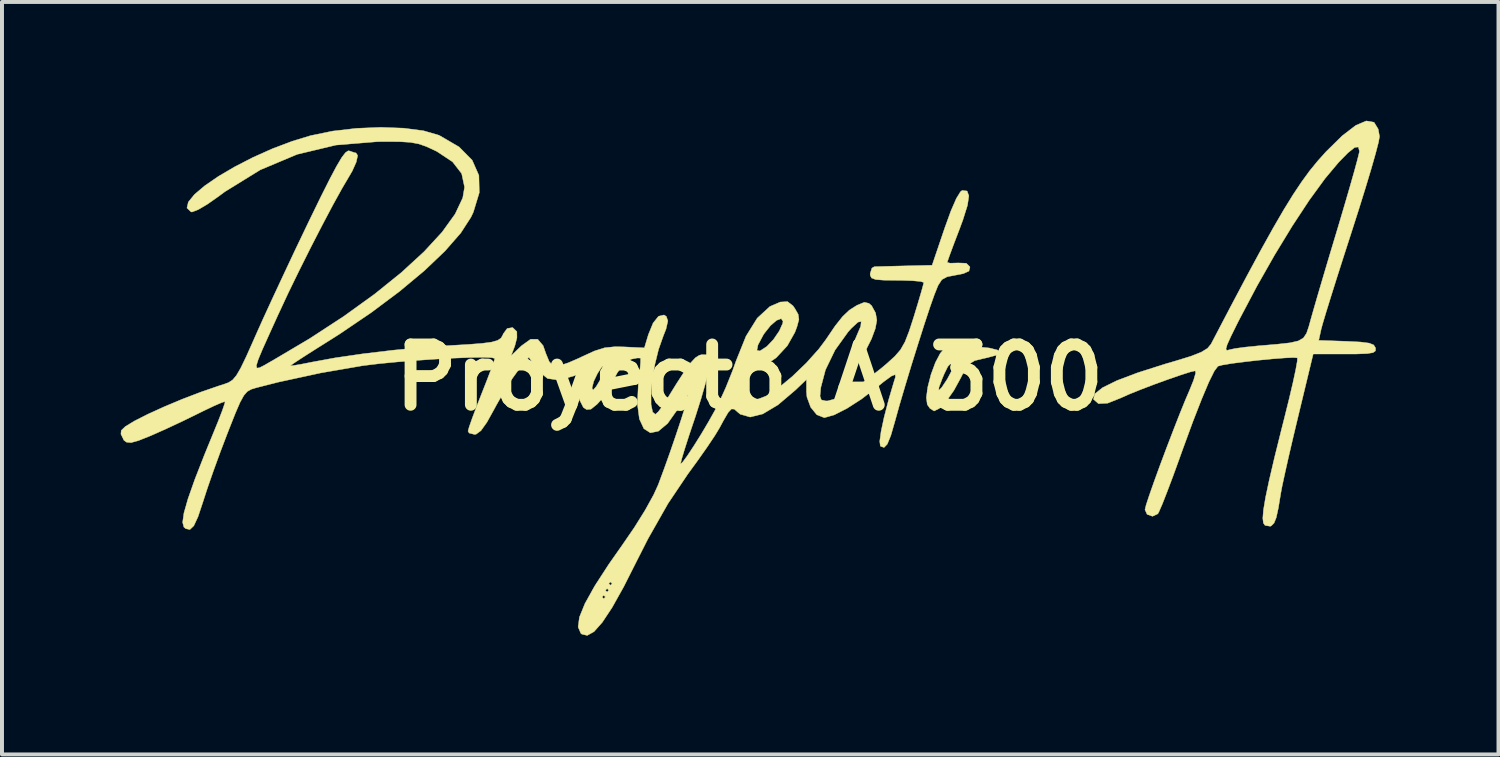
<source format=kicad_pcb>
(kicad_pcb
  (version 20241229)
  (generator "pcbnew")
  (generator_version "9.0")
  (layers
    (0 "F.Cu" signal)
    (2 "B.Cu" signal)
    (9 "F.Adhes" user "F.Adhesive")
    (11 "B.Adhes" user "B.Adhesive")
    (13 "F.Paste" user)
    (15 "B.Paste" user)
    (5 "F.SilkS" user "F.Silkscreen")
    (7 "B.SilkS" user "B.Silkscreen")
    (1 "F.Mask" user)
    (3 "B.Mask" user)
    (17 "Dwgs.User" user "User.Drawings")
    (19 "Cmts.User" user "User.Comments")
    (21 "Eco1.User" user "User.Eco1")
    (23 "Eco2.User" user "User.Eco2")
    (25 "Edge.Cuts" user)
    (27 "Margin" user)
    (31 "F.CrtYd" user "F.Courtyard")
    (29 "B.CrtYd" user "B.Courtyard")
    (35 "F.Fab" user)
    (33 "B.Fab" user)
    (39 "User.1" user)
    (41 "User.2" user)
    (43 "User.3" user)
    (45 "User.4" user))
  (footprint "Proyecto A 300"
    (layer "F.Cu")
    (at 15.886 6.487)
    (property "Reference" "Proyecto A 300" (at 0 0 0) (layer "F.SilkS") (effects (font (size 1.524 1.524) (thickness 0.3))))
    (attr through_hole)
    (fp_poly (pts (xy 5.543 -0.789) (xy 5.698 -0.781) (xy 6.06 -0.745) (xy 6.27 -0.692) (xy 6.324 -0.628) (xy 6.218 -0.557) (xy 5.947 -0.487) (xy 5.916 -0.481) (xy 5.687 -0.425) (xy 5.541 -0.334) (xy 5.422 -0.16) (xy 5.339 0.006) (xy 5.163 0.328) (xy 4.972 0.598) (xy 4.794 0.783) (xy 4.664 0.847) (xy 4.559 0.781) (xy 4.491 0.684) (xy 4.468 0.508) (xy 4.492 0.326) (xy 4.782 0.326) (xy 4.855 0.254) (xy 4.998 0.038) (xy 5.102 -0.159) (xy 5.139 -0.293) (xy 5.132 -0.315) (xy 5.074 -0.342) (xy 5.01 -0.277) (xy 4.92 -0.093) (xy 4.87 0.026) (xy 4.786 0.25) (xy 4.782 0.326) (xy 4.492 0.326) (xy 4.505 0.235) (xy 4.586 -0.079) (xy 4.697 -0.379) (xy 4.82 -0.612) (xy 4.889 -0.692) (xy 5.016 -0.759) (xy 5.222 -0.79) (xy 5.543 -0.789)) (stroke (width 0.01) (type solid)) (fill yes) (layer "F.SilkS"))
    (fp_poly (pts (xy 15.771 -6.45) (xy 15.784 -6.44) (xy 15.883 -6.277) (xy 15.917 -6.09) (xy 15.892 -5.947) (xy 15.82 -5.668) (xy 15.708 -5.275) (xy 15.563 -4.793) (xy 15.393 -4.246) (xy 15.207 -3.666) (xy 15.016 -3.074) (xy 14.84 -2.523) (xy 14.687 -2.037) (xy 14.564 -1.639) (xy 14.479 -1.355) (xy 14.44 -1.21) (xy 14.381 -0.938) (xy 15.085 -0.914) (xy 15.438 -0.896) (xy 15.656 -0.868) (xy 15.77 -0.822) (xy 15.815 -0.75) (xy 15.817 -0.741) (xy 15.814 -0.672) (xy 15.753 -0.628) (xy 15.604 -0.604) (xy 15.338 -0.594) (xy 15.043 -0.593) (xy 14.241 -0.593) (xy 13.858 0.995) (xy 13.734 1.514) (xy 13.621 2) (xy 13.527 2.418) (xy 13.458 2.736) (xy 13.423 2.921) (xy 13.361 3.298) (xy 13.308 3.54) (xy 13.252 3.678) (xy 13.184 3.747) (xy 13.157 3.759) (xy 13.025 3.737) (xy 12.983 3.678) (xy 12.968 3.557) (xy 12.985 3.345) (xy 13.038 3.029) (xy 13.13 2.595) (xy 13.262 2.03) (xy 13.438 1.321) (xy 13.513 1.025) (xy 13.631 0.55) (xy 13.729 0.134) (xy 13.8 -0.197) (xy 13.839 -0.416) (xy 13.842 -0.495) (xy 13.745 -0.504) (xy 13.522 -0.494) (xy 13.213 -0.47) (xy 12.86 -0.436) (xy 12.505 -0.396) (xy 12.188 -0.355) (xy 11.951 -0.316) (xy 11.835 -0.285) (xy 11.743 -0.163) (xy 11.605 0.116) (xy 11.424 0.545) (xy 11.2 1.119) (xy 10.938 1.833) (xy 10.867 2.032) (xy 10.705 2.479) (xy 10.556 2.874) (xy 10.434 3.186) (xy 10.347 3.387) (xy 10.316 3.445) (xy 10.182 3.507) (xy 10.045 3.458) (xy 9.991 3.34) (xy 10.02 3.221) (xy 10.101 2.975) (xy 10.221 2.633) (xy 10.369 2.226) (xy 10.534 1.785) (xy 10.705 1.339) (xy 10.869 0.92) (xy 11.016 0.558) (xy 11.119 0.318) (xy 11.22 0.067) (xy 11.271 -0.108) (xy 11.263 -0.169) (xy 11.136 -0.14) (xy 10.894 -0.063) (xy 10.577 0.047) (xy 10.226 0.174) (xy 9.883 0.305) (xy 9.59 0.423) (xy 9.386 0.514) (xy 9.38 0.517) (xy 9.049 0.649) (xy 8.816 0.661) (xy 8.691 0.553) (xy 8.69 0.551) (xy 8.723 0.414) (xy 8.919 0.257) (xy 9.28 0.079) (xy 9.807 -0.12) (xy 10.5 -0.341) (xy 10.751 -0.414) (xy 11.148 -0.536) (xy 11.411 -0.639) (xy 11.539 -0.717) (xy 12.036 -0.717) (xy 12.063 -0.684) (xy 12.141 -0.705) (xy 12.28 -0.734) (xy 12.535 -0.768) (xy 12.853 -0.8) (xy 12.882 -0.802) (xy 13.338 -0.841) (xy 13.656 -0.876) (xy 13.865 -0.924) (xy 13.994 -0.999) (xy 14.073 -1.116) (xy 14.132 -1.291) (xy 14.179 -1.462) (xy 14.247 -1.702) (xy 14.354 -2.071) (xy 14.491 -2.536) (xy 14.648 -3.065) (xy 14.816 -3.624) (xy 14.867 -3.793) (xy 15.024 -4.323) (xy 15.164 -4.803) (xy 15.279 -5.207) (xy 15.361 -5.51) (xy 15.405 -5.688) (xy 15.409 -5.72) (xy 15.381 -5.824) (xy 15.289 -5.812) (xy 15.12 -5.677) (xy 14.887 -5.44) (xy 14.539 -5.025) (xy 14.142 -4.48) (xy 13.713 -3.828) (xy 13.267 -3.096) (xy 12.82 -2.309) (xy 12.388 -1.491) (xy 12.33 -1.378) (xy 12.163 -1.04) (xy 12.067 -0.828) (xy 12.036 -0.717) (xy 11.539 -0.717) (xy 11.572 -0.737) (xy 11.662 -0.847) (xy 11.664 -0.852) (xy 12.145 -1.771) (xy 12.56 -2.554) (xy 12.917 -3.215) (xy 13.226 -3.77) (xy 13.495 -4.233) (xy 13.733 -4.619) (xy 13.949 -4.943) (xy 14.152 -5.221) (xy 14.352 -5.466) (xy 14.557 -5.695) (xy 14.567 -5.706) (xy 14.976 -6.108) (xy 15.315 -6.368) (xy 15.581 -6.482) (xy 15.771 -6.45)) (stroke (width 0.01) (type solid)) (fill yes) (layer "F.SilkS"))
    (fp_poly (pts (xy -8.739 -6.299) (xy -8.237 -6.234) (xy -7.855 -6.123) (xy -7.832 -6.113) (xy -7.338 -5.825) (xy -7.007 -5.491) (xy -6.837 -5.106) (xy -6.827 -4.67) (xy -6.977 -4.178) (xy -7.038 -4.049) (xy -7.296 -3.65) (xy -7.694 -3.195) (xy -8.214 -2.699) (xy -8.841 -2.176) (xy -9.559 -1.639) (xy -10.352 -1.101) (xy -10.63 -0.925) (xy -10.985 -0.702) (xy -11.281 -0.513) (xy -11.493 -0.374) (xy -11.594 -0.303) (xy -11.599 -0.297) (xy -11.524 -0.302) (xy -11.326 -0.335) (xy -11.048 -0.39) (xy -11.048 -0.39) (xy -10.463 -0.497) (xy -9.764 -0.599) (xy -9.008 -0.689) (xy -8.25 -0.761) (xy -7.62 -0.805) (xy -7.117 -0.834) (xy -6.757 -0.862) (xy -6.514 -0.894) (xy -6.363 -0.937) (xy -6.278 -0.995) (xy -6.232 -1.074) (xy -6.223 -1.101) (xy -6.122 -1.238) (xy -5.985 -1.262) (xy -5.879 -1.161) (xy -5.878 -1.158) (xy -5.876 -1.003) (xy -5.929 -0.798) (xy -6.023 -0.55) (xy -5.76 -0.802) (xy -5.532 -0.965) (xy -5.351 -0.966) (xy -5.214 -0.804) (xy -5.144 -0.603) (xy -5.06 -0.401) (xy -4.952 -0.285) (xy -4.947 -0.282) (xy -4.813 -0.294) (xy -4.579 -0.371) (xy -4.291 -0.496) (xy -4.252 -0.516) (xy -3.919 -0.669) (xy -3.659 -0.751) (xy -3.398 -0.778) (xy -3.169 -0.773) (xy -2.656 -0.748) (xy -2.555 -1.084) (xy -2.436 -1.375) (xy -2.298 -1.547) (xy -2.161 -1.58) (xy -2.101 -1.542) (xy -2.063 -1.429) (xy -2.109 -1.225) (xy -2.181 -1.042) (xy -2.298 -0.709) (xy -2.39 -0.335) (xy -2.455 0.045) (xy -2.488 0.396) (xy -2.487 0.684) (xy -2.447 0.874) (xy -2.378 0.931) (xy -2.304 0.865) (xy -2.181 0.698) (xy -2.113 0.591) (xy -1.841 0.151) (xy -1.637 -0.163) (xy -1.485 -0.372) (xy -1.368 -0.498) (xy -1.271 -0.56) (xy -1.206 -0.577) (xy -1.076 -0.572) (xy -1.024 -0.476) (xy -1.016 -0.323) (xy -1.043 -0.14) (xy -1.117 0.164) (xy -1.228 0.548) (xy -1.363 0.974) (xy -1.391 1.057) (xy -1.526 1.458) (xy -1.635 1.798) (xy -1.71 2.046) (xy -1.742 2.172) (xy -1.741 2.182) (xy -1.684 2.132) (xy -1.564 1.968) (xy -1.402 1.722) (xy -1.217 1.426) (xy -1.032 1.113) (xy -0.865 0.815) (xy -0.772 0.635) (xy -0.602 0.262) (xy -0.432 -0.161) (xy -0.338 -0.423) (xy -0.232 -0.686) (xy 0.187 -0.686) (xy 0.263 -0.67) (xy 0.437 -0.783) (xy 0.604 -0.958) (xy 0.753 -1.176) (xy 0.839 -1.369) (xy 0.847 -1.419) (xy 0.801 -1.487) (xy 0.685 -1.444) (xy 0.531 -1.312) (xy 0.374 -1.114) (xy 0.346 -1.071) (xy 0.214 -0.822) (xy 0.187 -0.686) (xy -0.232 -0.686) (xy -0.088 -1.044) (xy 0.196 -1.5) (xy 0.514 -1.793) (xy 0.776 -1.906) (xy 0.961 -1.917) (xy 1.097 -1.812) (xy 1.147 -1.741) (xy 1.23 -1.595) (xy 1.248 -1.464) (xy 1.199 -1.282) (xy 1.147 -1.142) (xy 0.955 -0.801) (xy 0.674 -0.498) (xy 0.356 -0.281) (xy 0.163 -0.21) (xy -0.013 -0.129) (xy -0.095 0.046) (xy -0.107 0.111) (xy -0.12 0.407) (xy -0.043 0.562) (xy 0.131 0.581) (xy 0.412 0.471) (xy 0.422 0.467) (xy 0.726 0.268) (xy 1.08 -0.025) (xy 1.437 -0.368) (xy 1.749 -0.716) (xy 1.925 -0.951) (xy 2.164 -1.303) (xy 2.353 -1.541) (xy 2.522 -1.701) (xy 2.705 -1.818) (xy 2.725 -1.828) (xy 2.901 -1.9) (xy 3.017 -1.873) (xy 3.085 -1.814) (xy 3.185 -1.631) (xy 3.217 -1.447) (xy 3.179 -1.237) (xy 3.082 -0.976) (xy 2.953 -0.719) (xy 2.821 -0.521) (xy 2.727 -0.443) (xy 2.612 -0.463) (xy 2.574 -0.601) (xy 2.614 -0.825) (xy 2.698 -1.032) (xy 2.809 -1.292) (xy 2.822 -1.415) (xy 2.74 -1.398) (xy 2.569 -1.239) (xy 2.491 -1.152) (xy 2.16 -0.691) (xy 1.919 -0.193) (xy 1.801 0.255) (xy 1.781 0.471) (xy 1.814 0.567) (xy 1.925 0.592) (xy 1.97 0.593) (xy 2.19 0.534) (xy 2.504 0.368) (xy 2.889 0.109) (xy 3.323 -0.228) (xy 3.468 -0.35) (xy 3.672 -0.535) (xy 3.816 -0.702) (xy 3.928 -0.899) (xy 4.034 -1.172) (xy 4.151 -1.533) (xy 4.257 -1.881) (xy 4.341 -2.166) (xy 4.392 -2.352) (xy 4.403 -2.401) (xy 4.325 -2.426) (xy 4.117 -2.445) (xy 3.821 -2.455) (xy 3.725 -2.455) (xy 3.388 -2.459) (xy 3.186 -2.475) (xy 3.084 -2.513) (xy 3.05 -2.58) (xy 3.048 -2.625) (xy 3.092 -2.764) (xy 3.154 -2.799) (xy 3.284 -2.803) (xy 3.535 -2.81) (xy 3.858 -2.818) (xy 3.936 -2.82) (xy 4.613 -2.836) (xy 4.929 -3.768) (xy 5.088 -4.207) (xy 5.225 -4.522) (xy 5.332 -4.696) (xy 5.374 -4.726) (xy 5.497 -4.711) (xy 5.542 -4.59) (xy 5.507 -4.351) (xy 5.391 -3.981) (xy 5.297 -3.727) (xy 5.169 -3.392) (xy 5.068 -3.121) (xy 5.007 -2.949) (xy 4.995 -2.907) (xy 5.069 -2.888) (xy 5.248 -2.893) (xy 5.268 -2.894) (xy 5.477 -2.886) (xy 5.565 -2.799) (xy 5.569 -2.783) (xy 5.544 -2.688) (xy 5.402 -2.624) (xy 5.216 -2.588) (xy 4.993 -2.545) (xy 4.859 -2.472) (xy 4.763 -2.323) (xy 4.67 -2.091) (xy 4.561 -1.782) (xy 4.419 -1.353) (xy 4.258 -0.847) (xy 4.089 -0.308) (xy 3.929 0.221) (xy 3.788 0.698) (xy 3.682 1.079) (xy 3.676 1.101) (xy 3.57 1.467) (xy 3.481 1.684) (xy 3.399 1.769) (xy 3.313 1.738) (xy 3.305 1.73) (xy 3.29 1.613) (xy 3.324 1.363) (xy 3.4 1.007) (xy 3.513 0.57) (xy 3.657 0.082) (xy 3.687 -0.012) (xy 3.681 -0.073) (xy 3.586 -0.036) (xy 3.389 0.108) (xy 3.206 0.257) (xy 2.828 0.546) (xy 2.461 0.782) (xy 2.14 0.945) (xy 1.901 1.013) (xy 1.884 1.014) (xy 1.7 0.941) (xy 1.545 0.751) (xy 1.451 0.494) (xy 1.439 0.364) (xy 1.439 0.051) (xy 1.164 0.314) (xy 0.719 0.692) (xy 0.335 0.921) (xy 0.016 1) (xy -0.236 0.927) (xy -0.298 0.875) (xy -0.384 0.8) (xy -0.456 0.795) (xy -0.538 0.882) (xy -0.656 1.084) (xy -0.761 1.279) (xy -0.875 1.467) (xy -1.065 1.751) (xy -1.304 2.091) (xy -1.557 2.438) (xy -2.058 3.183) (xy -2.565 4.076) (xy -2.836 4.61) (xy -3.179 5.289) (xy -3.472 5.813) (xy -3.721 6.188) (xy -3.928 6.421) (xy -4.1 6.517) (xy -4.239 6.483) (xy -4.262 6.463) (xy -4.33 6.303) (xy -4.297 6.055) (xy -4.158 5.712) (xy -4.065 5.546) (xy -3.725 5.546) (xy -3.683 5.588) (xy -3.641 5.546) (xy -3.683 5.503) (xy -3.725 5.546) (xy -4.065 5.546) (xy -3.971 5.376) (xy -3.641 5.376) (xy -3.598 5.419) (xy -3.556 5.376) (xy -3.598 5.334) (xy -3.641 5.376) (xy -3.971 5.376) (xy -3.91 5.267) (xy -3.871 5.207) (xy -3.556 5.207) (xy -3.514 5.249) (xy -3.471 5.207) (xy -3.514 5.165) (xy -3.556 5.207) (xy -3.871 5.207) (xy -3.551 4.713) (xy -3.216 4.236) (xy -2.909 3.789) (xy -2.636 3.351) (xy -2.423 2.965) (xy -2.308 2.714) (xy -2.156 2.305) (xy -2.002 1.874) (xy -1.857 1.451) (xy -1.729 1.067) (xy -1.63 0.752) (xy -1.569 0.535) (xy -1.557 0.447) (xy -1.613 0.495) (xy -1.723 0.652) (xy -1.814 0.801) (xy -2.067 1.159) (xy -2.301 1.356) (xy -2.505 1.398) (xy -2.669 1.293) (xy -2.782 1.049) (xy -2.832 0.673) (xy -2.809 0.173) (xy -2.803 0.123) (xy -2.77 -0.172) (xy -2.752 -0.391) (xy -2.752 -0.49) (xy -2.752 -0.491) (xy -2.84 -0.492) (xy -2.989 -0.462) (xy -3.167 -0.357) (xy -3.34 -0.12) (xy -3.421 0.033) (xy -3.58 0.318) (xy -3.754 0.568) (xy -3.848 0.673) (xy -4.005 0.8) (xy -4.115 0.811) (xy -4.197 0.757) (xy -4.288 0.578) (xy -4.281 0.298) (xy -4.274 0.271) (xy -3.978 0.271) (xy -3.952 0.318) (xy -3.873 0.229) (xy -3.734 -0.003) (xy -3.678 -0.106) (xy -3.615 -0.265) (xy -3.631 -0.338) (xy -3.636 -0.339) (xy -3.729 -0.269) (xy -3.84 -0.103) (xy -3.935 0.095) (xy -3.978 0.262) (xy -3.978 0.271) (xy -4.274 0.271) (xy -4.189 -0.021) (xy -4.165 -0.109) (xy -4.215 -0.123) (xy -4.375 -0.066) (xy -4.445 -0.037) (xy -4.812 0.066) (xy -5.101 0.026) (xy -5.334 -0.161) (xy -5.387 -0.234) (xy -5.573 -0.511) (xy -5.836 -0.192) (xy -6.001 0.037) (xy -6.202 0.358) (xy -6.401 0.708) (xy -6.441 0.783) (xy -6.635 1.133) (xy -6.786 1.344) (xy -6.908 1.433) (xy -6.947 1.439) (xy -7.082 1.404) (xy -7.112 1.356) (xy -7.082 1.248) (xy -7.002 1.019) (xy -6.884 0.705) (xy -6.773 0.423) (xy -6.635 0.072) (xy -6.524 -0.219) (xy -6.454 -0.415) (xy -6.435 -0.481) (xy -6.514 -0.502) (xy -6.733 -0.51) (xy -7.063 -0.505) (xy -7.473 -0.489) (xy -7.936 -0.464) (xy -8.422 -0.431) (xy -8.903 -0.393) (xy -9.348 -0.35) (xy -9.729 -0.304) (xy -9.791 -0.295) (xy -10.824 -0.117) (xy -11.895 0.115) (xy -12.462 0.259) (xy -12.589 0.298) (xy -12.689 0.355) (xy -12.777 0.457) (xy -12.872 0.63) (xy -12.989 0.901) (xy -13.146 1.297) (xy -13.194 1.42) (xy -13.372 1.887) (xy -13.546 2.365) (xy -13.696 2.797) (xy -13.804 3.129) (xy -13.805 3.133) (xy -13.932 3.515) (xy -14.039 3.747) (xy -14.14 3.843) (xy -14.246 3.818) (xy -14.29 3.78) (xy -14.322 3.66) (xy -14.289 3.425) (xy -14.187 3.067) (xy -14.015 2.578) (xy -13.77 1.951) (xy -13.56 1.439) (xy -13.423 1.103) (xy -13.318 0.831) (xy -13.258 0.655) (xy -13.25 0.608) (xy -13.331 0.632) (xy -13.528 0.717) (xy -13.803 0.848) (xy -13.94 0.916) (xy -14.331 1.107) (xy -14.748 1.302) (xy -15.108 1.462) (xy -15.146 1.478) (xy -15.442 1.596) (xy -15.626 1.646) (xy -15.739 1.635) (xy -15.805 1.587) (xy -15.881 1.43) (xy -15.873 1.338) (xy -15.769 1.238) (xy -15.534 1.096) (xy -15.196 0.925) (xy -14.785 0.738) (xy -14.329 0.547) (xy -13.858 0.367) (xy -13.399 0.209) (xy -13.284 0.173) (xy -13.161 0.128) (xy -13.059 0.062) (xy -12.963 -0.052) (xy -12.854 -0.239) (xy -12.716 -0.525) (xy -12.533 -0.935) (xy -12.487 -1.04) (xy -12.299 -1.46) (xy -12.056 -1.989) (xy -11.777 -2.587) (xy -11.484 -3.21) (xy -11.194 -3.816) (xy -11.121 -3.968) (xy -10.833 -4.559) (xy -10.606 -5.011) (xy -10.432 -5.339) (xy -10.302 -5.558) (xy -10.207 -5.682) (xy -10.139 -5.727) (xy -10.112 -5.725) (xy -9.977 -5.679) (xy -9.941 -5.673) (xy -9.9 -5.608) (xy -9.936 -5.442) (xy -10.036 -5.217) (xy -10.105 -5.099) (xy -10.29 -4.785) (xy -10.529 -4.353) (xy -10.802 -3.836) (xy -11.093 -3.271) (xy -11.383 -2.691) (xy -11.655 -2.132) (xy -11.889 -1.629) (xy -11.899 -1.609) (xy -12.134 -1.091) (xy -12.305 -0.711) (xy -12.412 -0.454) (xy -12.459 -0.302) (xy -12.447 -0.238) (xy -12.378 -0.247) (xy -12.255 -0.31) (xy -12.079 -0.412) (xy -12.044 -0.431) (xy -11.109 -0.985) (xy -10.248 -1.547) (xy -9.473 -2.106) (xy -8.794 -2.653) (xy -8.221 -3.18) (xy -7.765 -3.675) (xy -7.437 -4.131) (xy -7.245 -4.538) (xy -7.199 -4.809) (xy -7.272 -5.151) (xy -7.502 -5.448) (xy -7.894 -5.708) (xy -7.936 -5.729) (xy -8.161 -5.834) (xy -8.357 -5.902) (xy -8.568 -5.941) (xy -8.842 -5.958) (xy -9.222 -5.96) (xy -9.398 -5.958) (xy -10.448 -5.872) (xy -11.43 -5.637) (xy -12.36 -5.246) (xy -13.256 -4.693) (xy -13.422 -4.57) (xy -13.696 -4.378) (xy -13.928 -4.241) (xy -14.081 -4.182) (xy -14.108 -4.183) (xy -14.213 -4.282) (xy -14.178 -4.433) (xy -14.023 -4.624) (xy -13.764 -4.843) (xy -13.42 -5.08) (xy -13.008 -5.322) (xy -12.548 -5.559) (xy -12.056 -5.779) (xy -11.551 -5.97) (xy -11.091 -6.11) (xy -10.534 -6.225) (xy -9.929 -6.295) (xy -9.316 -6.32) (xy -8.739 -6.299)) (stroke (width 0.01) (type solid)) (fill yes) (layer "F.SilkS")))
  (gr_rect
    (start -3 -3)
    (end 34.809 16.01)
    (stroke (width 0.1) (type default))
    (fill no)
    (layer "Edge.Cuts")))
</source>
